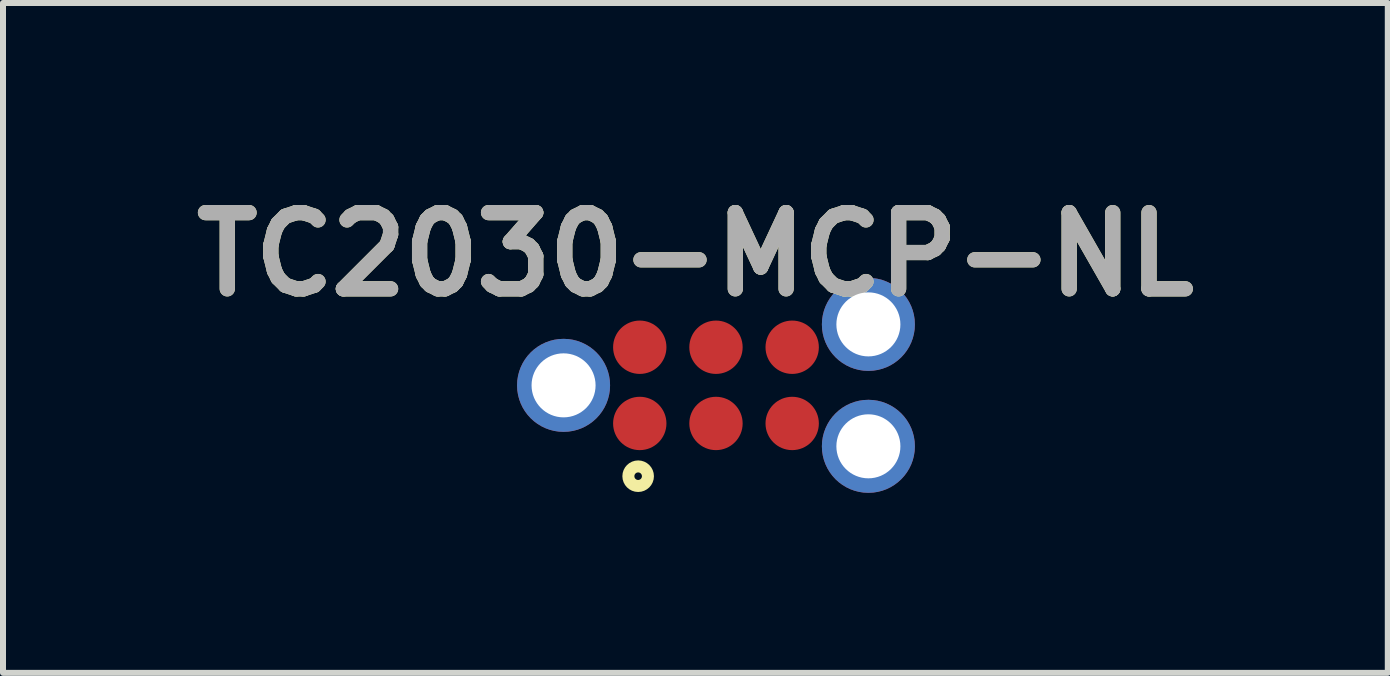
<source format=kicad_pcb>
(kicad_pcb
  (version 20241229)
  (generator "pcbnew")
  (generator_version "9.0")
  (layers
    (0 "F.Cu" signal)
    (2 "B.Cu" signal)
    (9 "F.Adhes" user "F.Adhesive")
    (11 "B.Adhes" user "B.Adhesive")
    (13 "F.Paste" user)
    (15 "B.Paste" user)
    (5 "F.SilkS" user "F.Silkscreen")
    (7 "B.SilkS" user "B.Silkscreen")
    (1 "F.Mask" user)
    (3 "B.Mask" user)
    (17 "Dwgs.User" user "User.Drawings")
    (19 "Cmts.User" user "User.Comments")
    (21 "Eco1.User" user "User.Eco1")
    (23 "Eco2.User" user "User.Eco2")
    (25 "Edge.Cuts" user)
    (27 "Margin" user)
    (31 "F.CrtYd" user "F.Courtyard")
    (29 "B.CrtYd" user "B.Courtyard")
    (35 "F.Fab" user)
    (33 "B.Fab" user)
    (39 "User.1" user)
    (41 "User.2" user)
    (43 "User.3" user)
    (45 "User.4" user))
  (footprint "TC2030-MCP-NL"
    (layer "F.Cu")
    (at 8.882 3.372)
    (property "Reference" "TC2030-MCP-NL" (at -0.343 -2.183 0) (layer "F.SilkS") (effects (font (size 1.27 1.27) (thickness 0.254))))
    (attr through_hole)
    (fp_circle (center -1.297 1.514) (end -1.297 1.577) (stroke (width 0.2) (type solid)) (fill no) (layer "F.SilkS"))
    (fp_text user "${REFERENCE}" (at -0.343 -2.183 0) (layer "F.Fab") (effects (font (size 1.27 1.27) (thickness 0.254))))
    (pad "1" smd circle (at -1.27 0.635 90) (size 0.889 0.889) (layers "F.Cu" "F.Mask" "F.Paste"))
    (pad "2" smd circle (at -1.27 -0.635 90) (size 0.889 0.889) (layers "F.Cu" "F.Mask" "F.Paste"))
    (pad "3" smd circle (at 0 0.635 90) (size 0.889 0.889) (layers "F.Cu" "F.Mask" "F.Paste"))
    (pad "4" smd circle (at 0 -0.635 90) (size 0.889 0.889) (layers "F.Cu" "F.Mask" "F.Paste"))
    (pad "5" smd circle (at 1.27 0.635 90) (size 0.889 0.889) (layers "F.Cu" "F.Mask" "F.Paste"))
    (pad "6" smd circle (at 1.27 -0.635 90) (size 0.889 0.889) (layers "F.Cu" "F.Mask" "F.Paste"))
    (pad "7" thru_hole circle (at -2.54 0) (size 1.55 1.55) (drill 1.067) (layers "*.Cu" "*.Mask"))
    (pad "8" thru_hole circle (at 2.54 -1.016) (size 1.55 1.55) (drill 1.067) (layers "*.Cu" "*.Mask"))
    (pad "9" thru_hole circle (at 2.54 1.016) (size 1.55 1.55) (drill 1.067) (layers "*.Cu" "*.Mask")))
  (gr_rect
    (start -3 -3)
    (end 20.078 8.163)
    (stroke (width 0.1) (type default))
    (fill no)
    (layer "Edge.Cuts")))
</source>
